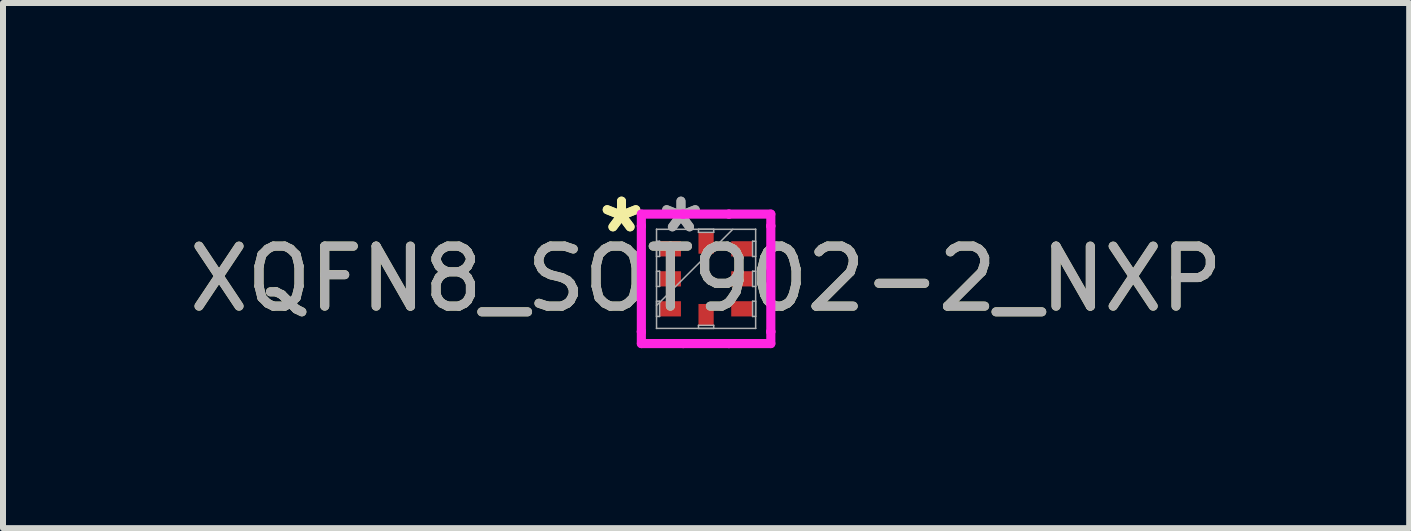
<source format=kicad_pcb>
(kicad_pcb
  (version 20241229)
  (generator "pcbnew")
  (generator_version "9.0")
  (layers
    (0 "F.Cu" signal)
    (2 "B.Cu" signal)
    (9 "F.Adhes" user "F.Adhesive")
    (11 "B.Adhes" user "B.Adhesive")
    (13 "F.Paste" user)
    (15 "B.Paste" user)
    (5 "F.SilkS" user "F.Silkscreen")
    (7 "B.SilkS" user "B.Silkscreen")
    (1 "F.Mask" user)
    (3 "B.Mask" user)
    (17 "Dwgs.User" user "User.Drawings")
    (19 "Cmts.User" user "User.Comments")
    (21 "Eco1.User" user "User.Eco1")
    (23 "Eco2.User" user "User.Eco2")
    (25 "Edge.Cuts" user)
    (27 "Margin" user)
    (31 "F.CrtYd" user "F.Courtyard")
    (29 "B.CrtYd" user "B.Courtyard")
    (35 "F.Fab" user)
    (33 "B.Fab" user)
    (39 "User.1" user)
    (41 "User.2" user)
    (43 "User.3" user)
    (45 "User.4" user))
  (footprint "XQFN8_SOT902-2_NXP"
    (layer "F.Cu")
    (at 8.72 1.598)
    (property "Reference" "XQFN8_SOT902-2_NXP" (at 0 0 0) (unlocked yes) (layer "F.SilkS") (effects (font (size 1 1) (thickness 0.15))))
    (attr smd)
    (fp_line (start -1.079 -1.079) (end -0.381 -1.079) (stroke (width 0.152) (type solid)) (layer "F.CrtYd"))
    (fp_line (start -1.079 -0.881) (end -1.079 -1.079) (stroke (width 0.152) (type solid)) (layer "F.CrtYd"))
    (fp_line (start -1.079 -0.881) (end -1.079 -0.881) (stroke (width 0.152) (type solid)) (layer "F.CrtYd"))
    (fp_line (start -1.079 0.881) (end -1.079 -0.881) (stroke (width 0.152) (type solid)) (layer "F.CrtYd"))
    (fp_line (start -1.079 0.881) (end -1.079 0.881) (stroke (width 0.152) (type solid)) (layer "F.CrtYd"))
    (fp_line (start -1.079 1.079) (end -1.079 0.881) (stroke (width 0.152) (type solid)) (layer "F.CrtYd"))
    (fp_line (start -0.381 -1.079) (end -0.381 -1.079) (stroke (width 0.152) (type solid)) (layer "F.CrtYd"))
    (fp_line (start -0.381 -1.079) (end 0.381 -1.079) (stroke (width 0.152) (type solid)) (layer "F.CrtYd"))
    (fp_line (start -0.381 1.079) (end -1.079 1.079) (stroke (width 0.152) (type solid)) (layer "F.CrtYd"))
    (fp_line (start -0.381 1.079) (end -0.381 1.079) (stroke (width 0.152) (type solid)) (layer "F.CrtYd"))
    (fp_line (start 0.381 -1.079) (end 0.381 -1.079) (stroke (width 0.152) (type solid)) (layer "F.CrtYd"))
    (fp_line (start 0.381 -1.079) (end 1.079 -1.079) (stroke (width 0.152) (type solid)) (layer "F.CrtYd"))
    (fp_line (start 0.381 1.079) (end -0.381 1.079) (stroke (width 0.152) (type solid)) (layer "F.CrtYd"))
    (fp_line (start 0.381 1.079) (end 0.381 1.079) (stroke (width 0.152) (type solid)) (layer "F.CrtYd"))
    (fp_line (start 1.079 -1.079) (end 1.079 -0.881) (stroke (width 0.152) (type solid)) (layer "F.CrtYd"))
    (fp_line (start 1.079 -0.881) (end 1.079 -0.881) (stroke (width 0.152) (type solid)) (layer "F.CrtYd"))
    (fp_line (start 1.079 -0.881) (end 1.079 0.881) (stroke (width 0.152) (type solid)) (layer "F.CrtYd"))
    (fp_line (start 1.079 0.881) (end 1.079 0.881) (stroke (width 0.152) (type solid)) (layer "F.CrtYd"))
    (fp_line (start 1.079 0.881) (end 1.079 1.079) (stroke (width 0.152) (type solid)) (layer "F.CrtYd"))
    (fp_line (start 1.079 1.079) (end 0.381 1.079) (stroke (width 0.152) (type solid)) (layer "F.CrtYd"))
    (fp_line (start -0.826 -0.826) (end -0.826 -0.826) (stroke (width 0.025) (type solid)) (layer "F.Fab"))
    (fp_line (start -0.826 -0.826) (end -0.826 0.826) (stroke (width 0.025) (type solid)) (layer "F.Fab"))
    (fp_line (start -0.826 -0.627) (end -0.775 -0.627) (stroke (width 0.025) (type solid)) (layer "F.Fab"))
    (fp_line (start -0.826 -0.373) (end -0.826 -0.627) (stroke (width 0.025) (type solid)) (layer "F.Fab"))
    (fp_line (start -0.826 -0.127) (end -0.775 -0.127) (stroke (width 0.025) (type solid)) (layer "F.Fab"))
    (fp_line (start -0.826 0.127) (end -0.826 -0.127) (stroke (width 0.025) (type solid)) (layer "F.Fab"))
    (fp_line (start -0.826 0.373) (end -0.775 0.373) (stroke (width 0.025) (type solid)) (layer "F.Fab"))
    (fp_line (start -0.826 0.445) (end 0.445 -0.826) (stroke (width 0.025) (type solid)) (layer "F.Fab"))
    (fp_line (start -0.826 0.627) (end -0.826 0.373) (stroke (width 0.025) (type solid)) (layer "F.Fab"))
    (fp_line (start -0.826 0.826) (end -0.826 0.826) (stroke (width 0.025) (type solid)) (layer "F.Fab"))
    (fp_line (start -0.826 0.826) (end 0.826 0.826) (stroke (width 0.025) (type solid)) (layer "F.Fab"))
    (fp_line (start -0.775 -0.627) (end -0.775 -0.373) (stroke (width 0.025) (type solid)) (layer "F.Fab"))
    (fp_line (start -0.775 -0.373) (end -0.826 -0.373) (stroke (width 0.025) (type solid)) (layer "F.Fab"))
    (fp_line (start -0.775 -0.127) (end -0.775 0.127) (stroke (width 0.025) (type solid)) (layer "F.Fab"))
    (fp_line (start -0.775 0.127) (end -0.826 0.127) (stroke (width 0.025) (type solid)) (layer "F.Fab"))
    (fp_line (start -0.775 0.373) (end -0.775 0.627) (stroke (width 0.025) (type solid)) (layer "F.Fab"))
    (fp_line (start -0.775 0.627) (end -0.826 0.627) (stroke (width 0.025) (type solid)) (layer "F.Fab"))
    (fp_line (start -0.127 -0.826) (end 0.127 -0.826) (stroke (width 0.025) (type solid)) (layer "F.Fab"))
    (fp_line (start -0.127 -0.775) (end -0.127 -0.826) (stroke (width 0.025) (type solid)) (layer "F.Fab"))
    (fp_line (start -0.127 0.775) (end 0.127 0.775) (stroke (width 0.025) (type solid)) (layer "F.Fab"))
    (fp_line (start -0.127 0.826) (end -0.127 0.775) (stroke (width 0.025) (type solid)) (layer "F.Fab"))
    (fp_line (start 0.127 -0.826) (end 0.127 -0.775) (stroke (width 0.025) (type solid)) (layer "F.Fab"))
    (fp_line (start 0.127 -0.775) (end -0.127 -0.775) (stroke (width 0.025) (type solid)) (layer "F.Fab"))
    (fp_line (start 0.127 0.775) (end 0.127 0.826) (stroke (width 0.025) (type solid)) (layer "F.Fab"))
    (fp_line (start 0.127 0.826) (end -0.127 0.826) (stroke (width 0.025) (type solid)) (layer "F.Fab"))
    (fp_line (start 0.775 -0.627) (end 0.826 -0.627) (stroke (width 0.025) (type solid)) (layer "F.Fab"))
    (fp_line (start 0.775 -0.373) (end 0.775 -0.627) (stroke (width 0.025) (type solid)) (layer "F.Fab"))
    (fp_line (start 0.775 -0.127) (end 0.826 -0.127) (stroke (width 0.025) (type solid)) (layer "F.Fab"))
    (fp_line (start 0.775 0.127) (end 0.775 -0.127) (stroke (width 0.025) (type solid)) (layer "F.Fab"))
    (fp_line (start 0.775 0.373) (end 0.826 0.373) (stroke (width 0.025) (type solid)) (layer "F.Fab"))
    (fp_line (start 0.775 0.627) (end 0.775 0.373) (stroke (width 0.025) (type solid)) (layer "F.Fab"))
    (fp_line (start 0.826 -0.826) (end -0.826 -0.826) (stroke (width 0.025) (type solid)) (layer "F.Fab"))
    (fp_line (start 0.826 -0.826) (end 0.826 -0.826) (stroke (width 0.025) (type solid)) (layer "F.Fab"))
    (fp_line (start 0.826 -0.627) (end 0.826 -0.373) (stroke (width 0.025) (type solid)) (layer "F.Fab"))
    (fp_line (start 0.826 -0.373) (end 0.775 -0.373) (stroke (width 0.025) (type solid)) (layer "F.Fab"))
    (fp_line (start 0.826 -0.127) (end 0.826 0.127) (stroke (width 0.025) (type solid)) (layer "F.Fab"))
    (fp_line (start 0.826 0.127) (end 0.775 0.127) (stroke (width 0.025) (type solid)) (layer "F.Fab"))
    (fp_line (start 0.826 0.373) (end 0.826 0.627) (stroke (width 0.025) (type solid)) (layer "F.Fab"))
    (fp_line (start 0.826 0.627) (end 0.775 0.627) (stroke (width 0.025) (type solid)) (layer "F.Fab"))
    (fp_line (start 0.826 0.826) (end 0.826 -0.826) (stroke (width 0.025) (type solid)) (layer "F.Fab"))
    (fp_line (start 0.826 0.826) (end 0.826 0.826) (stroke (width 0.025) (type solid)) (layer "F.Fab"))
    (fp_text user "*" (at -1.41 -0.75 0) (unlocked yes) (layer "F.SilkS") (effects (font (size 1 1) (thickness 0.15))))
    (fp_text user "*" (at -1.41 -0.75 0) (layer "F.SilkS") (effects (font (size 1 1) (thickness 0.15))))
    (fp_text user "*" (at -0.419 -0.75 0) (layer "F.Fab") (effects (font (size 1 1) (thickness 0.15))))
    (fp_text user "*" (at -0.419 -0.75 0) (unlocked yes) (layer "F.Fab") (effects (font (size 1 1) (thickness 0.15))))
    (fp_text user "${REFERENCE}" (at 0 0 0) (unlocked yes) (layer "F.Fab") (effects (font (size 1 1) (thickness 0.15))))
    (pad "1" smd rect (at -0.597 -0.5 90) (size 0.254 0.356) (layers "F.Cu" "F.Mask" "F.Paste"))
    (pad "2" smd rect (at -0.597 0 90) (size 0.254 0.356) (layers "F.Cu" "F.Mask" "F.Paste"))
    (pad "3" smd rect (at -0.597 0.5 90) (size 0.254 0.356) (layers "F.Cu" "F.Mask" "F.Paste"))
    (pad "4" smd rect (at 0 0.597) (size 0.254 0.356) (layers "F.Cu" "F.Mask" "F.Paste"))
    (pad "5" smd rect (at 0.597 0.5 90) (size 0.254 0.356) (layers "F.Cu" "F.Mask" "F.Paste"))
    (pad "6" smd rect (at 0.597 0 90) (size 0.254 0.356) (layers "F.Cu" "F.Mask" "F.Paste"))
    (pad "7" smd rect (at 0.597 -0.5 90) (size 0.254 0.356) (layers "F.Cu" "F.Mask" "F.Paste"))
    (pad "8" smd rect (at 0 -0.597) (size 0.254 0.356) (layers "F.Cu" "F.Mask" "F.Paste")))
  (gr_rect
    (start -3 -3)
    (end 20.44 5.754)
    (stroke (width 0.1) (type default))
    (fill no)
    (layer "Edge.Cuts")))
</source>
